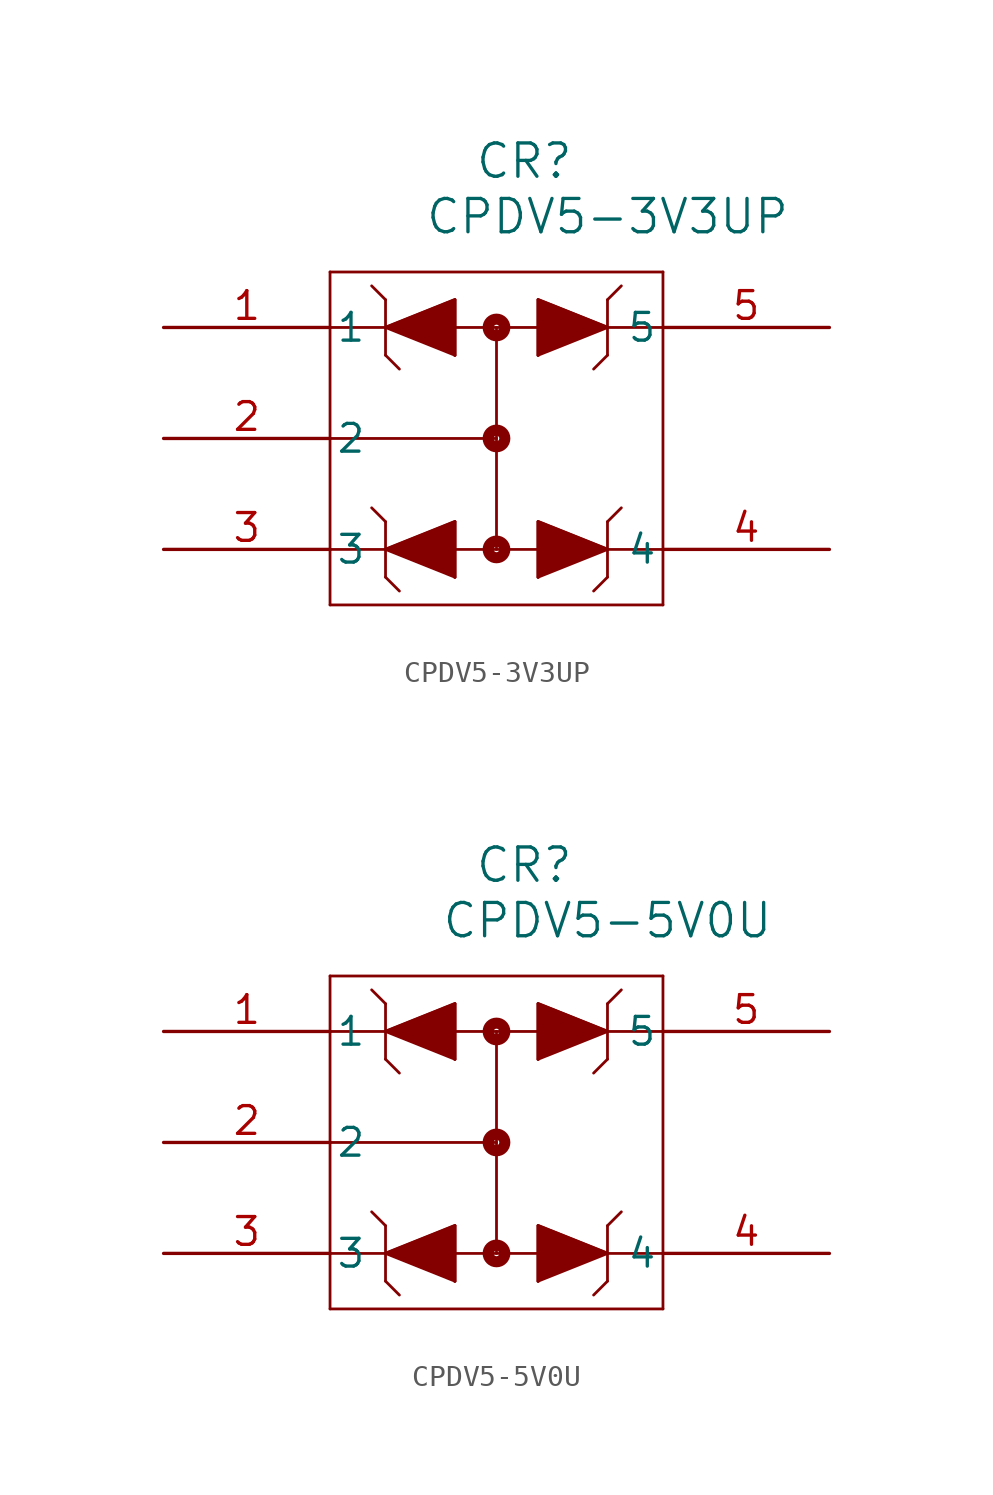
<source format=kicad_sym>
(kicad_symbol_lib
  (version 20241209)
  (generator "kicad_symbol_editor")
  (generator_version "9.0")
  (symbol "CPDV5-3V3UP"
    (pin_names
      (offset 0.254))
    (property "Reference" "CR"
      (at 16.51 7.62 0)
      (effects (font (size 1.524 1.524))))
    (property "Value" "CPDV5-3V3UP"
      (at 20.32 5.08 0)
      (effects (font (size 1.524 1.524))))
    (symbol "CPDV5-3V3UP_0_1"
      (polyline (pts (xy 7.62 2.54) (xy 7.62 -12.7)) (stroke (width 0.127) (type default)) (fill (type none)))
      (polyline (pts (xy 7.62 0) (xy 22.86 0)) (stroke (width 0.127) (type default)) (fill (type none)))
      (polyline (pts (xy 7.62 -5.08) (xy 15.24 -5.08)) (stroke (width 0.127) (type default)) (fill (type none)))
      (polyline (pts (xy 7.62 -10.16) (xy 22.86 -10.16)) (stroke (width 0.127) (type default)) (fill (type none)))
      (polyline (pts (xy 7.62 -12.7) (xy 22.86 -12.7)) (stroke (width 0.127) (type default)) (fill (type none)))
      (polyline (pts (xy 10.16 1.27) (xy 9.525 1.905)) (stroke (width 0.127) (type default)) (fill (type none)))
      (polyline (pts (xy 10.16 1.27) (xy 10.16 -1.27)) (stroke (width 0.127) (type default)) (fill (type none)))
      (polyline (pts (xy 10.16 0) (xy 13.335 -1.27)) (stroke (width 0.127) (type default)) (fill (type none)))
      (polyline (pts (xy 10.16 0) (xy 13.335 1.27) (xy 13.335 -1.27)) (stroke (width 0) (type default)) (fill (type outline)))
      (polyline (pts (xy 10.16 -1.27) (xy 10.795 -1.905)) (stroke (width 0.127) (type default)) (fill (type none)))
      (polyline (pts (xy 10.16 -8.89) (xy 9.525 -8.255)) (stroke (width 0.127) (type default)) (fill (type none)))
      (polyline (pts (xy 10.16 -8.89) (xy 10.16 -11.43)) (stroke (width 0.127) (type default)) (fill (type none)))
      (polyline (pts (xy 10.16 -10.16) (xy 13.335 -11.43)) (stroke (width 0.127) (type default)) (fill (type none)))
      (polyline (pts (xy 10.16 -10.16) (xy 13.335 -8.89) (xy 13.335 -11.43)) (stroke (width 0) (type default)) (fill (type outline)))
      (polyline (pts (xy 10.16 -11.43) (xy 10.795 -12.065)) (stroke (width 0.127) (type default)) (fill (type none)))
      (polyline (pts (xy 13.335 1.27) (xy 10.16 0)) (stroke (width 0.127) (type default)) (fill (type none)))
      (polyline (pts (xy 13.335 1.27) (xy 13.335 -1.27)) (stroke (width 0.127) (type default)) (fill (type none)))
      (polyline (pts (xy 13.335 -8.89) (xy 10.16 -10.16)) (stroke (width 0.127) (type default)) (fill (type none)))
      (polyline (pts (xy 13.335 -8.89) (xy 13.335 -11.43)) (stroke (width 0.127) (type default)) (fill (type none)))
      (polyline (pts (xy 15.24 0) (xy 15.24 -10.16)) (stroke (width 0.127) (type default)) (fill (type none)))
      (circle (center 15.24 0) (radius 0.127) (stroke (width 0.508) (type default)) (fill (type none)))
      (circle (center 15.24 -5.08) (radius 0.127) (stroke (width 0.508) (type default)) (fill (type none)))
      (circle (center 15.24 -10.16) (radius 0.127) (stroke (width 0.508) (type default)) (fill (type none)))
      (polyline (pts (xy 17.145 1.27) (xy 17.145 -1.27)) (stroke (width 0.127) (type default)) (fill (type none)))
      (polyline (pts (xy 17.145 1.27) (xy 20.32 0)) (stroke (width 0.127) (type default)) (fill (type none)))
      (polyline (pts (xy 17.145 -8.89) (xy 17.145 -11.43)) (stroke (width 0.127) (type default)) (fill (type none)))
      (polyline (pts (xy 17.145 -8.89) (xy 20.32 -10.16)) (stroke (width 0.127) (type default)) (fill (type none)))
      (polyline (pts (xy 20.32 1.27) (xy 20.32 -1.27)) (stroke (width 0.127) (type default)) (fill (type none)))
      (polyline (pts (xy 20.32 1.27) (xy 20.955 1.905)) (stroke (width 0.127) (type default)) (fill (type none)))
      (polyline (pts (xy 20.32 0) (xy 17.145 -1.27)) (stroke (width 0.127) (type default)) (fill (type none)))
      (polyline (pts (xy 20.32 0) (xy 17.145 1.27) (xy 17.145 -1.27)) (stroke (width 0) (type default)) (fill (type outline)))
      (polyline (pts (xy 20.32 -1.27) (xy 19.685 -1.905)) (stroke (width 0.127) (type default)) (fill (type none)))
      (polyline (pts (xy 20.32 -8.89) (xy 20.32 -11.43)) (stroke (width 0.127) (type default)) (fill (type none)))
      (polyline (pts (xy 20.32 -8.89) (xy 20.955 -8.255)) (stroke (width 0.127) (type default)) (fill (type none)))
      (polyline (pts (xy 20.32 -10.16) (xy 17.145 -11.43)) (stroke (width 0.127) (type default)) (fill (type none)))
      (polyline (pts (xy 20.32 -10.16) (xy 17.145 -8.89) (xy 17.145 -11.43)) (stroke (width 0) (type default)) (fill (type outline)))
      (polyline (pts (xy 20.32 -11.43) (xy 19.685 -12.065)) (stroke (width 0.127) (type default)) (fill (type none)))
      (polyline (pts (xy 22.86 2.54) (xy 7.62 2.54)) (stroke (width 0.127) (type default)) (fill (type none)))
      (polyline (pts (xy 22.86 -12.7) (xy 22.86 2.54)) (stroke (width 0.127) (type default)) (fill (type none)))
      (pin unspecified line (at 0 0 0) (length 7.62) (name "1" (effects (font (size 1.27 1.27)))) (number "1" (effects (font (size 1.27 1.27)))))
      (pin unspecified line (at 0 -5.08 0) (length 7.62) (name "2" (effects (font (size 1.27 1.27)))) (number "2" (effects (font (size 1.27 1.27)))))
      (pin unspecified line (at 0 -10.16 0) (length 7.62) (name "3" (effects (font (size 1.27 1.27)))) (number "3" (effects (font (size 1.27 1.27)))))
      (pin unspecified line (at 30.48 0 180) (length 7.62) (name "5" (effects (font (size 1.27 1.27)))) (number "5" (effects (font (size 1.27 1.27)))))
      (pin unspecified line (at 30.48 -10.16 180) (length 7.62) (name "4" (effects (font (size 1.27 1.27)))) (number "4" (effects (font (size 1.27 1.27)))))))
  (symbol "CPDV5-5V0U"
    (pin_names
      (offset 0.254))
    (property "Reference" "CR"
      (at 16.51 7.62 0)
      (effects (font (size 1.524 1.524))))
    (property "Value" "CPDV5-5V0U"
      (at 20.32 5.08 0)
      (effects (font (size 1.524 1.524))))
    (property "ki_locked" ""
      (at 0 0 0)
      (effects (font (size 1.27 1.27))))
    (symbol "CPDV5-5V0U_0_1"
      (polyline (pts (xy 7.62 2.54) (xy 7.62 -12.7)) (stroke (width 0.127) (type default)) (fill (type none)))
      (polyline (pts (xy 7.62 0) (xy 22.86 0)) (stroke (width 0.127) (type default)) (fill (type none)))
      (polyline (pts (xy 7.62 -5.08) (xy 15.24 -5.08)) (stroke (width 0.127) (type default)) (fill (type none)))
      (polyline (pts (xy 7.62 -10.16) (xy 22.86 -10.16)) (stroke (width 0.127) (type default)) (fill (type none)))
      (polyline (pts (xy 7.62 -12.7) (xy 22.86 -12.7)) (stroke (width 0.127) (type default)) (fill (type none)))
      (polyline (pts (xy 10.16 1.27) (xy 9.525 1.905)) (stroke (width 0.127) (type default)) (fill (type none)))
      (polyline (pts (xy 10.16 1.27) (xy 10.16 -1.27)) (stroke (width 0.127) (type default)) (fill (type none)))
      (polyline (pts (xy 10.16 0) (xy 13.335 -1.27)) (stroke (width 0.127) (type default)) (fill (type none)))
      (polyline (pts (xy 10.16 0) (xy 13.335 1.27) (xy 13.335 -1.27)) (stroke (width 0) (type default)) (fill (type outline)))
      (polyline (pts (xy 10.16 -1.27) (xy 10.795 -1.905)) (stroke (width 0.127) (type default)) (fill (type none)))
      (polyline (pts (xy 10.16 -8.89) (xy 9.525 -8.255)) (stroke (width 0.127) (type default)) (fill (type none)))
      (polyline (pts (xy 10.16 -8.89) (xy 10.16 -11.43)) (stroke (width 0.127) (type default)) (fill (type none)))
      (polyline (pts (xy 10.16 -10.16) (xy 13.335 -11.43)) (stroke (width 0.127) (type default)) (fill (type none)))
      (polyline (pts (xy 10.16 -10.16) (xy 13.335 -8.89) (xy 13.335 -11.43)) (stroke (width 0) (type default)) (fill (type outline)))
      (polyline (pts (xy 10.16 -11.43) (xy 10.795 -12.065)) (stroke (width 0.127) (type default)) (fill (type none)))
      (polyline (pts (xy 13.335 1.27) (xy 10.16 0)) (stroke (width 0.127) (type default)) (fill (type none)))
      (polyline (pts (xy 13.335 1.27) (xy 13.335 -1.27)) (stroke (width 0.127) (type default)) (fill (type none)))
      (polyline (pts (xy 13.335 -8.89) (xy 10.16 -10.16)) (stroke (width 0.127) (type default)) (fill (type none)))
      (polyline (pts (xy 13.335 -8.89) (xy 13.335 -11.43)) (stroke (width 0.127) (type default)) (fill (type none)))
      (polyline (pts (xy 15.24 0) (xy 15.24 -10.16)) (stroke (width 0.127) (type default)) (fill (type none)))
      (circle (center 15.24 0) (radius 0.127) (stroke (width 0.508) (type default)) (fill (type none)))
      (circle (center 15.24 -5.08) (radius 0.127) (stroke (width 0.508) (type default)) (fill (type none)))
      (circle (center 15.24 -10.16) (radius 0.127) (stroke (width 0.508) (type default)) (fill (type none)))
      (polyline (pts (xy 17.145 1.27) (xy 17.145 -1.27)) (stroke (width 0.127) (type default)) (fill (type none)))
      (polyline (pts (xy 17.145 1.27) (xy 20.32 0)) (stroke (width 0.127) (type default)) (fill (type none)))
      (polyline (pts (xy 17.145 -8.89) (xy 17.145 -11.43)) (stroke (width 0.127) (type default)) (fill (type none)))
      (polyline (pts (xy 17.145 -8.89) (xy 20.32 -10.16)) (stroke (width 0.127) (type default)) (fill (type none)))
      (polyline (pts (xy 20.32 1.27) (xy 20.32 -1.27)) (stroke (width 0.127) (type default)) (fill (type none)))
      (polyline (pts (xy 20.32 1.27) (xy 20.955 1.905)) (stroke (width 0.127) (type default)) (fill (type none)))
      (polyline (pts (xy 20.32 0) (xy 17.145 -1.27)) (stroke (width 0.127) (type default)) (fill (type none)))
      (polyline (pts (xy 20.32 0) (xy 17.145 1.27) (xy 17.145 -1.27)) (stroke (width 0) (type default)) (fill (type outline)))
      (polyline (pts (xy 20.32 -1.27) (xy 19.685 -1.905)) (stroke (width 0.127) (type default)) (fill (type none)))
      (polyline (pts (xy 20.32 -8.89) (xy 20.32 -11.43)) (stroke (width 0.127) (type default)) (fill (type none)))
      (polyline (pts (xy 20.32 -8.89) (xy 20.955 -8.255)) (stroke (width 0.127) (type default)) (fill (type none)))
      (polyline (pts (xy 20.32 -10.16) (xy 17.145 -11.43)) (stroke (width 0.127) (type default)) (fill (type none)))
      (polyline (pts (xy 20.32 -10.16) (xy 17.145 -8.89) (xy 17.145 -11.43)) (stroke (width 0) (type default)) (fill (type outline)))
      (polyline (pts (xy 20.32 -11.43) (xy 19.685 -12.065)) (stroke (width 0.127) (type default)) (fill (type none)))
      (polyline (pts (xy 22.86 2.54) (xy 7.62 2.54)) (stroke (width 0.127) (type default)) (fill (type none)))
      (polyline (pts (xy 22.86 -12.7) (xy 22.86 2.54)) (stroke (width 0.127) (type default)) (fill (type none)))
      (pin unspecified line (at 0 0 0) (length 7.62) (name "1" (effects (font (size 1.27 1.27)))) (number "1" (effects (font (size 1.27 1.27)))))
      (pin unspecified line (at 0 -5.08 0) (length 7.62) (name "2" (effects (font (size 1.27 1.27)))) (number "2" (effects (font (size 1.27 1.27)))))
      (pin unspecified line (at 0 -10.16 0) (length 7.62) (name "3" (effects (font (size 1.27 1.27)))) (number "3" (effects (font (size 1.27 1.27)))))
      (pin unspecified line (at 30.48 0 180) (length 7.62) (name "5" (effects (font (size 1.27 1.27)))) (number "5" (effects (font (size 1.27 1.27)))))
      (pin unspecified line (at 30.48 -10.16 180) (length 7.62) (name "4" (effects (font (size 1.27 1.27)))) (number "4" (effects (font (size 1.27 1.27))))))))
</source>
